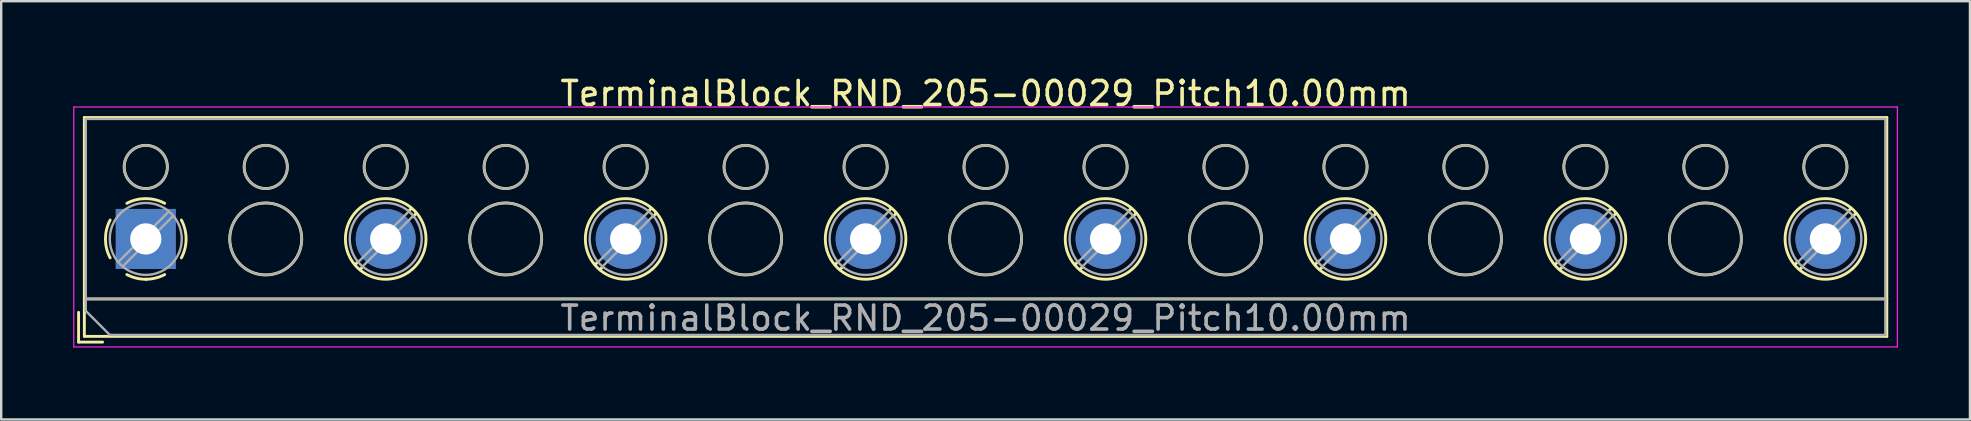
<source format=kicad_pcb>
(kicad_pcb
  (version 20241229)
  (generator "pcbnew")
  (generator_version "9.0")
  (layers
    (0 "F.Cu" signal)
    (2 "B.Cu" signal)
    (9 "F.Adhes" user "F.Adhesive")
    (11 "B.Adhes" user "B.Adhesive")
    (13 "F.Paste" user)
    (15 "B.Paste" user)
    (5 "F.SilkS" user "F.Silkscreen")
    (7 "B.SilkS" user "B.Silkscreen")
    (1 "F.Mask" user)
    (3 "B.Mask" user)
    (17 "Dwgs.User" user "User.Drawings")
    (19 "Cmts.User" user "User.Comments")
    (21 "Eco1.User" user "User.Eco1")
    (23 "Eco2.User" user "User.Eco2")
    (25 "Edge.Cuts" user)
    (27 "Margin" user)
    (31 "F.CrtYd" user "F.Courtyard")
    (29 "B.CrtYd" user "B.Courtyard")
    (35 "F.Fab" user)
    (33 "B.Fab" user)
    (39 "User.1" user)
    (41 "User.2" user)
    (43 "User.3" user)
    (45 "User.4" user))
  (footprint "TerminalBlock_RND_205-00029_Pitch10.00mm"
    (layer "F.Cu")
    (at 3.025 6.908)
    (property "Reference" "TerminalBlock_RND_205-00029_Pitch10.00mm" (at 35 -6.06 0) (layer "F.SilkS") (effects (font (size 1 1) (thickness 0.15))))
    (attr through_hole)
    (fp_line (start -2.8 3.06) (end -2.8 4.3) (stroke (width 0.12) (type solid)) (layer "F.SilkS"))
    (fp_line (start -2.8 4.3) (end -1.8 4.3) (stroke (width 0.12) (type solid)) (layer "F.SilkS"))
    (fp_line (start -2.56 -5.06) (end -2.56 4.06) (stroke (width 0.12) (type solid)) (layer "F.SilkS"))
    (fp_line (start -2.56 2.5) (end 72.56 2.5) (stroke (width 0.12) (type solid)) (layer "F.SilkS"))
    (fp_line (start -2.56 4.06) (end 72.56 4.06) (stroke (width 0.12) (type solid)) (layer "F.SilkS"))
    (fp_line (start 8.867 0.929) (end 8.726 1.069) (stroke (width 0.12) (type solid)) (layer "F.SilkS"))
    (fp_line (start 9.037 1.169) (end 8.931 1.274) (stroke (width 0.12) (type solid)) (layer "F.SilkS"))
    (fp_line (start 11.07 -1.275) (end 10.964 -1.169) (stroke (width 0.12) (type solid)) (layer "F.SilkS"))
    (fp_line (start 11.275 -1.069) (end 11.134 -0.929) (stroke (width 0.12) (type solid)) (layer "F.SilkS"))
    (fp_line (start 18.867 0.929) (end 18.726 1.069) (stroke (width 0.12) (type solid)) (layer "F.SilkS"))
    (fp_line (start 19.037 1.169) (end 18.931 1.274) (stroke (width 0.12) (type solid)) (layer "F.SilkS"))
    (fp_line (start 21.07 -1.275) (end 20.964 -1.169) (stroke (width 0.12) (type solid)) (layer "F.SilkS"))
    (fp_line (start 21.275 -1.069) (end 21.134 -0.929) (stroke (width 0.12) (type solid)) (layer "F.SilkS"))
    (fp_line (start 28.867 0.929) (end 28.726 1.069) (stroke (width 0.12) (type solid)) (layer "F.SilkS"))
    (fp_line (start 29.037 1.169) (end 28.931 1.274) (stroke (width 0.12) (type solid)) (layer "F.SilkS"))
    (fp_line (start 31.07 -1.275) (end 30.964 -1.169) (stroke (width 0.12) (type solid)) (layer "F.SilkS"))
    (fp_line (start 31.275 -1.069) (end 31.134 -0.929) (stroke (width 0.12) (type solid)) (layer "F.SilkS"))
    (fp_line (start 38.867 0.929) (end 38.726 1.069) (stroke (width 0.12) (type solid)) (layer "F.SilkS"))
    (fp_line (start 39.037 1.169) (end 38.931 1.274) (stroke (width 0.12) (type solid)) (layer "F.SilkS"))
    (fp_line (start 41.07 -1.275) (end 40.964 -1.169) (stroke (width 0.12) (type solid)) (layer "F.SilkS"))
    (fp_line (start 41.275 -1.069) (end 41.134 -0.929) (stroke (width 0.12) (type solid)) (layer "F.SilkS"))
    (fp_line (start 48.867 0.929) (end 48.726 1.069) (stroke (width 0.12) (type solid)) (layer "F.SilkS"))
    (fp_line (start 49.037 1.169) (end 48.931 1.274) (stroke (width 0.12) (type solid)) (layer "F.SilkS"))
    (fp_line (start 51.07 -1.275) (end 50.964 -1.169) (stroke (width 0.12) (type solid)) (layer "F.SilkS"))
    (fp_line (start 51.275 -1.069) (end 51.134 -0.929) (stroke (width 0.12) (type solid)) (layer "F.SilkS"))
    (fp_line (start 58.867 0.929) (end 58.726 1.069) (stroke (width 0.12) (type solid)) (layer "F.SilkS"))
    (fp_line (start 59.037 1.169) (end 58.931 1.274) (stroke (width 0.12) (type solid)) (layer "F.SilkS"))
    (fp_line (start 61.07 -1.275) (end 60.964 -1.169) (stroke (width 0.12) (type solid)) (layer "F.SilkS"))
    (fp_line (start 61.275 -1.069) (end 61.134 -0.929) (stroke (width 0.12) (type solid)) (layer "F.SilkS"))
    (fp_line (start 68.867 0.929) (end 68.726 1.069) (stroke (width 0.12) (type solid)) (layer "F.SilkS"))
    (fp_line (start 69.037 1.169) (end 68.931 1.274) (stroke (width 0.12) (type solid)) (layer "F.SilkS"))
    (fp_line (start 71.07 -1.275) (end 70.964 -1.169) (stroke (width 0.12) (type solid)) (layer "F.SilkS"))
    (fp_line (start 71.275 -1.069) (end 71.134 -0.929) (stroke (width 0.12) (type solid)) (layer "F.SilkS"))
    (fp_line (start 72.56 -5.06) (end -2.56 -5.06) (stroke (width 0.12) (type solid)) (layer "F.SilkS"))
    (fp_line (start 72.56 4.06) (end 72.56 -5.06) (stroke (width 0.12) (type solid)) (layer "F.SilkS"))
    (fp_arc (start -1.483953 0.789089) (mid -1.680708 0.00005) (end -1.484 -0.789) (stroke (width 0.12) (type solid)) (layer "F.SilkS"))
    (fp_arc (start -0.789089 -1.483953) (mid -0.00005 -1.680708) (end 0.789 -1.484) (stroke (width 0.12) (type solid)) (layer "F.SilkS"))
    (fp_arc (start 0.029383 1.68045) (mid -0.392304 1.634281) (end -0.789 1.484) (stroke (width 0.12) (type solid)) (layer "F.SilkS"))
    (fp_arc (start 0.788712 1.483352) (mid 0.406429 1.630097) (end 0 1.68) (stroke (width 0.12) (type solid)) (layer "F.SilkS"))
    (fp_arc (start 1.483953 -0.789089) (mid 1.680708 -0.00005) (end 1.484 0.789) (stroke (width 0.12) (type solid)) (layer "F.SilkS"))
    (fp_circle (center 0 -3) (end 0.9 -3) (stroke (width 0.12) (type solid)) (fill no) (layer "F.SilkS"))
    (fp_circle (center 5 -3) (end 5.9 -3) (stroke (width 0.12) (type solid)) (fill no) (layer "F.SilkS"))
    (fp_circle (center 5 0) (end 6.5 0) (stroke (width 0.12) (type solid)) (fill no) (layer "F.SilkS"))
    (fp_circle (center 10 -3) (end 10.9 -3) (stroke (width 0.12) (type solid)) (fill no) (layer "F.SilkS"))
    (fp_circle (center 10 0) (end 11.68 0) (stroke (width 0.12) (type solid)) (fill no) (layer "F.SilkS"))
    (fp_circle (center 15 -3) (end 15.9 -3) (stroke (width 0.12) (type solid)) (fill no) (layer "F.SilkS"))
    (fp_circle (center 15 0) (end 16.5 0) (stroke (width 0.12) (type solid)) (fill no) (layer "F.SilkS"))
    (fp_circle (center 20 -3) (end 20.9 -3) (stroke (width 0.12) (type solid)) (fill no) (layer "F.SilkS"))
    (fp_circle (center 20 0) (end 21.68 0) (stroke (width 0.12) (type solid)) (fill no) (layer "F.SilkS"))
    (fp_circle (center 25 -3) (end 25.9 -3) (stroke (width 0.12) (type solid)) (fill no) (layer "F.SilkS"))
    (fp_circle (center 25 0) (end 26.5 0) (stroke (width 0.12) (type solid)) (fill no) (layer "F.SilkS"))
    (fp_circle (center 30 -3) (end 30.9 -3) (stroke (width 0.12) (type solid)) (fill no) (layer "F.SilkS"))
    (fp_circle (center 30 0) (end 31.68 0) (stroke (width 0.12) (type solid)) (fill no) (layer "F.SilkS"))
    (fp_circle (center 35 -3) (end 35.9 -3) (stroke (width 0.12) (type solid)) (fill no) (layer "F.SilkS"))
    (fp_circle (center 35 0) (end 36.5 0) (stroke (width 0.12) (type solid)) (fill no) (layer "F.SilkS"))
    (fp_circle (center 40 -3) (end 40.9 -3) (stroke (width 0.12) (type solid)) (fill no) (layer "F.SilkS"))
    (fp_circle (center 40 0) (end 41.68 0) (stroke (width 0.12) (type solid)) (fill no) (layer "F.SilkS"))
    (fp_circle (center 45 -3) (end 45.9 -3) (stroke (width 0.12) (type solid)) (fill no) (layer "F.SilkS"))
    (fp_circle (center 45 0) (end 46.5 0) (stroke (width 0.12) (type solid)) (fill no) (layer "F.SilkS"))
    (fp_circle (center 50 -3) (end 50.9 -3) (stroke (width 0.12) (type solid)) (fill no) (layer "F.SilkS"))
    (fp_circle (center 50 0) (end 51.68 0) (stroke (width 0.12) (type solid)) (fill no) (layer "F.SilkS"))
    (fp_circle (center 55 -3) (end 55.9 -3) (stroke (width 0.12) (type solid)) (fill no) (layer "F.SilkS"))
    (fp_circle (center 55 0) (end 56.5 0) (stroke (width 0.12) (type solid)) (fill no) (layer "F.SilkS"))
    (fp_circle (center 60 -3) (end 60.9 -3) (stroke (width 0.12) (type solid)) (fill no) (layer "F.SilkS"))
    (fp_circle (center 60 0) (end 61.68 0) (stroke (width 0.12) (type solid)) (fill no) (layer "F.SilkS"))
    (fp_circle (center 65 -3) (end 65.9 -3) (stroke (width 0.12) (type solid)) (fill no) (layer "F.SilkS"))
    (fp_circle (center 65 0) (end 66.5 0) (stroke (width 0.12) (type solid)) (fill no) (layer "F.SilkS"))
    (fp_circle (center 70 -3) (end 70.9 -3) (stroke (width 0.12) (type solid)) (fill no) (layer "F.SilkS"))
    (fp_circle (center 70 0) (end 71.68 0) (stroke (width 0.12) (type solid)) (fill no) (layer "F.SilkS"))
    (fp_line (start -3 -5.5) (end -3 4.5) (stroke (width 0.05) (type solid)) (layer "F.CrtYd"))
    (fp_line (start -3 4.5) (end 73 4.5) (stroke (width 0.05) (type solid)) (layer "F.CrtYd"))
    (fp_line (start 73 -5.5) (end -3 -5.5) (stroke (width 0.05) (type solid)) (layer "F.CrtYd"))
    (fp_line (start 73 4.5) (end 73 -5.5) (stroke (width 0.05) (type solid)) (layer "F.CrtYd"))
    (fp_line (start -2.5 -5) (end 72.5 -5) (stroke (width 0.1) (type solid)) (layer "F.Fab"))
    (fp_line (start -2.5 2.5) (end 72.5 2.5) (stroke (width 0.1) (type solid)) (layer "F.Fab"))
    (fp_line (start -2.5 3) (end -2.5 -5) (stroke (width 0.1) (type solid)) (layer "F.Fab"))
    (fp_line (start -1.5 4) (end -2.5 3) (stroke (width 0.1) (type solid)) (layer "F.Fab"))
    (fp_line (start 0.955 -1.138) (end -1.138 0.955) (stroke (width 0.1) (type solid)) (layer "F.Fab"))
    (fp_line (start 1.138 -0.955) (end -0.955 1.138) (stroke (width 0.1) (type solid)) (layer "F.Fab"))
    (fp_line (start 10.955 -1.138) (end 8.863 0.955) (stroke (width 0.1) (type solid)) (layer "F.Fab"))
    (fp_line (start 11.138 -0.955) (end 9.046 1.138) (stroke (width 0.1) (type solid)) (layer "F.Fab"))
    (fp_line (start 20.955 -1.138) (end 18.863 0.955) (stroke (width 0.1) (type solid)) (layer "F.Fab"))
    (fp_line (start 21.138 -0.955) (end 19.046 1.138) (stroke (width 0.1) (type solid)) (layer "F.Fab"))
    (fp_line (start 30.955 -1.138) (end 28.863 0.955) (stroke (width 0.1) (type solid)) (layer "F.Fab"))
    (fp_line (start 31.138 -0.955) (end 29.046 1.138) (stroke (width 0.1) (type solid)) (layer "F.Fab"))
    (fp_line (start 40.955 -1.138) (end 38.863 0.955) (stroke (width 0.1) (type solid)) (layer "F.Fab"))
    (fp_line (start 41.138 -0.955) (end 39.046 1.138) (stroke (width 0.1) (type solid)) (layer "F.Fab"))
    (fp_line (start 50.955 -1.138) (end 48.863 0.955) (stroke (width 0.1) (type solid)) (layer "F.Fab"))
    (fp_line (start 51.138 -0.955) (end 49.046 1.138) (stroke (width 0.1) (type solid)) (layer "F.Fab"))
    (fp_line (start 60.955 -1.138) (end 58.863 0.955) (stroke (width 0.1) (type solid)) (layer "F.Fab"))
    (fp_line (start 61.138 -0.955) (end 59.046 1.138) (stroke (width 0.1) (type solid)) (layer "F.Fab"))
    (fp_line (start 70.955 -1.138) (end 68.863 0.955) (stroke (width 0.1) (type solid)) (layer "F.Fab"))
    (fp_line (start 71.138 -0.955) (end 69.046 1.138) (stroke (width 0.1) (type solid)) (layer "F.Fab"))
    (fp_line (start 72.5 -5) (end 72.5 4) (stroke (width 0.1) (type solid)) (layer "F.Fab"))
    (fp_line (start 72.5 4) (end -1.5 4) (stroke (width 0.1) (type solid)) (layer "F.Fab"))
    (fp_circle (center 0 -3) (end 0.9 -3) (stroke (width 0.1) (type solid)) (fill no) (layer "F.Fab"))
    (fp_circle (center 0 0) (end 1.5 0) (stroke (width 0.1) (type solid)) (fill no) (layer "F.Fab"))
    (fp_circle (center 5 -3) (end 5.9 -3) (stroke (width 0.1) (type solid)) (fill no) (layer "F.Fab"))
    (fp_circle (center 5 0) (end 6.5 0) (stroke (width 0.1) (type solid)) (fill no) (layer "F.Fab"))
    (fp_circle (center 10 -3) (end 10.9 -3) (stroke (width 0.1) (type solid)) (fill no) (layer "F.Fab"))
    (fp_circle (center 10 0) (end 11.5 0) (stroke (width 0.1) (type solid)) (fill no) (layer "F.Fab"))
    (fp_circle (center 15 -3) (end 15.9 -3) (stroke (width 0.1) (type solid)) (fill no) (layer "F.Fab"))
    (fp_circle (center 15 0) (end 16.5 0) (stroke (width 0.1) (type solid)) (fill no) (layer "F.Fab"))
    (fp_circle (center 20 -3) (end 20.9 -3) (stroke (width 0.1) (type solid)) (fill no) (layer "F.Fab"))
    (fp_circle (center 20 0) (end 21.5 0) (stroke (width 0.1) (type solid)) (fill no) (layer "F.Fab"))
    (fp_circle (center 25 -3) (end 25.9 -3) (stroke (width 0.1) (type solid)) (fill no) (layer "F.Fab"))
    (fp_circle (center 25 0) (end 26.5 0) (stroke (width 0.1) (type solid)) (fill no) (layer "F.Fab"))
    (fp_circle (center 30 -3) (end 30.9 -3) (stroke (width 0.1) (type solid)) (fill no) (layer "F.Fab"))
    (fp_circle (center 30 0) (end 31.5 0) (stroke (width 0.1) (type solid)) (fill no) (layer "F.Fab"))
    (fp_circle (center 35 -3) (end 35.9 -3) (stroke (width 0.1) (type solid)) (fill no) (layer "F.Fab"))
    (fp_circle (center 35 0) (end 36.5 0) (stroke (width 0.1) (type solid)) (fill no) (layer "F.Fab"))
    (fp_circle (center 40 -3) (end 40.9 -3) (stroke (width 0.1) (type solid)) (fill no) (layer "F.Fab"))
    (fp_circle (center 40 0) (end 41.5 0) (stroke (width 0.1) (type solid)) (fill no) (layer "F.Fab"))
    (fp_circle (center 45 -3) (end 45.9 -3) (stroke (width 0.1) (type solid)) (fill no) (layer "F.Fab"))
    (fp_circle (center 45 0) (end 46.5 0) (stroke (width 0.1) (type solid)) (fill no) (layer "F.Fab"))
    (fp_circle (center 50 -3) (end 50.9 -3) (stroke (width 0.1) (type solid)) (fill no) (layer "F.Fab"))
    (fp_circle (center 50 0) (end 51.5 0) (stroke (width 0.1) (type solid)) (fill no) (layer "F.Fab"))
    (fp_circle (center 55 -3) (end 55.9 -3) (stroke (width 0.1) (type solid)) (fill no) (layer "F.Fab"))
    (fp_circle (center 55 0) (end 56.5 0) (stroke (width 0.1) (type solid)) (fill no) (layer "F.Fab"))
    (fp_circle (center 60 -3) (end 60.9 -3) (stroke (width 0.1) (type solid)) (fill no) (layer "F.Fab"))
    (fp_circle (center 60 0) (end 61.5 0) (stroke (width 0.1) (type solid)) (fill no) (layer "F.Fab"))
    (fp_circle (center 65 -3) (end 65.9 -3) (stroke (width 0.1) (type solid)) (fill no) (layer "F.Fab"))
    (fp_circle (center 65 0) (end 66.5 0) (stroke (width 0.1) (type solid)) (fill no) (layer "F.Fab"))
    (fp_circle (center 70 -3) (end 70.9 -3) (stroke (width 0.1) (type solid)) (fill no) (layer "F.Fab"))
    (fp_circle (center 70 0) (end 71.5 0) (stroke (width 0.1) (type solid)) (fill no) (layer "F.Fab"))
    (fp_text user "${REFERENCE}" (at 35 3.3 0) (layer "F.Fab") (effects (font (size 1 1) (thickness 0.15))))
    (pad "1" thru_hole rect (at 0 0) (size 2.5 2.5) (drill 1.3) (layers "*.Cu" "*.Mask"))
    (pad "2" thru_hole oval (at 10 0) (size 2.5 2.5) (drill 1.3) (layers "*.Cu" "*.Mask"))
    (pad "3" thru_hole oval (at 20 0) (size 2.5 2.5) (drill 1.3) (layers "*.Cu" "*.Mask"))
    (pad "4" thru_hole oval (at 30 0) (size 2.5 2.5) (drill 1.3) (layers "*.Cu" "*.Mask"))
    (pad "5" thru_hole oval (at 40 0) (size 2.5 2.5) (drill 1.3) (layers "*.Cu" "*.Mask"))
    (pad "6" thru_hole oval (at 50 0) (size 2.5 2.5) (drill 1.3) (layers "*.Cu" "*.Mask"))
    (pad "7" thru_hole oval (at 60 0) (size 2.5 2.5) (drill 1.3) (layers "*.Cu" "*.Mask"))
    (pad "8" thru_hole oval (at 70 0) (size 2.5 2.5) (drill 1.3) (layers "*.Cu" "*.Mask")))
  (gr_rect
    (start -3 -3)
    (end 79.05 14.433)
    (stroke (width 0.1) (type default))
    (fill no)
    (layer "Edge.Cuts")))
</source>
